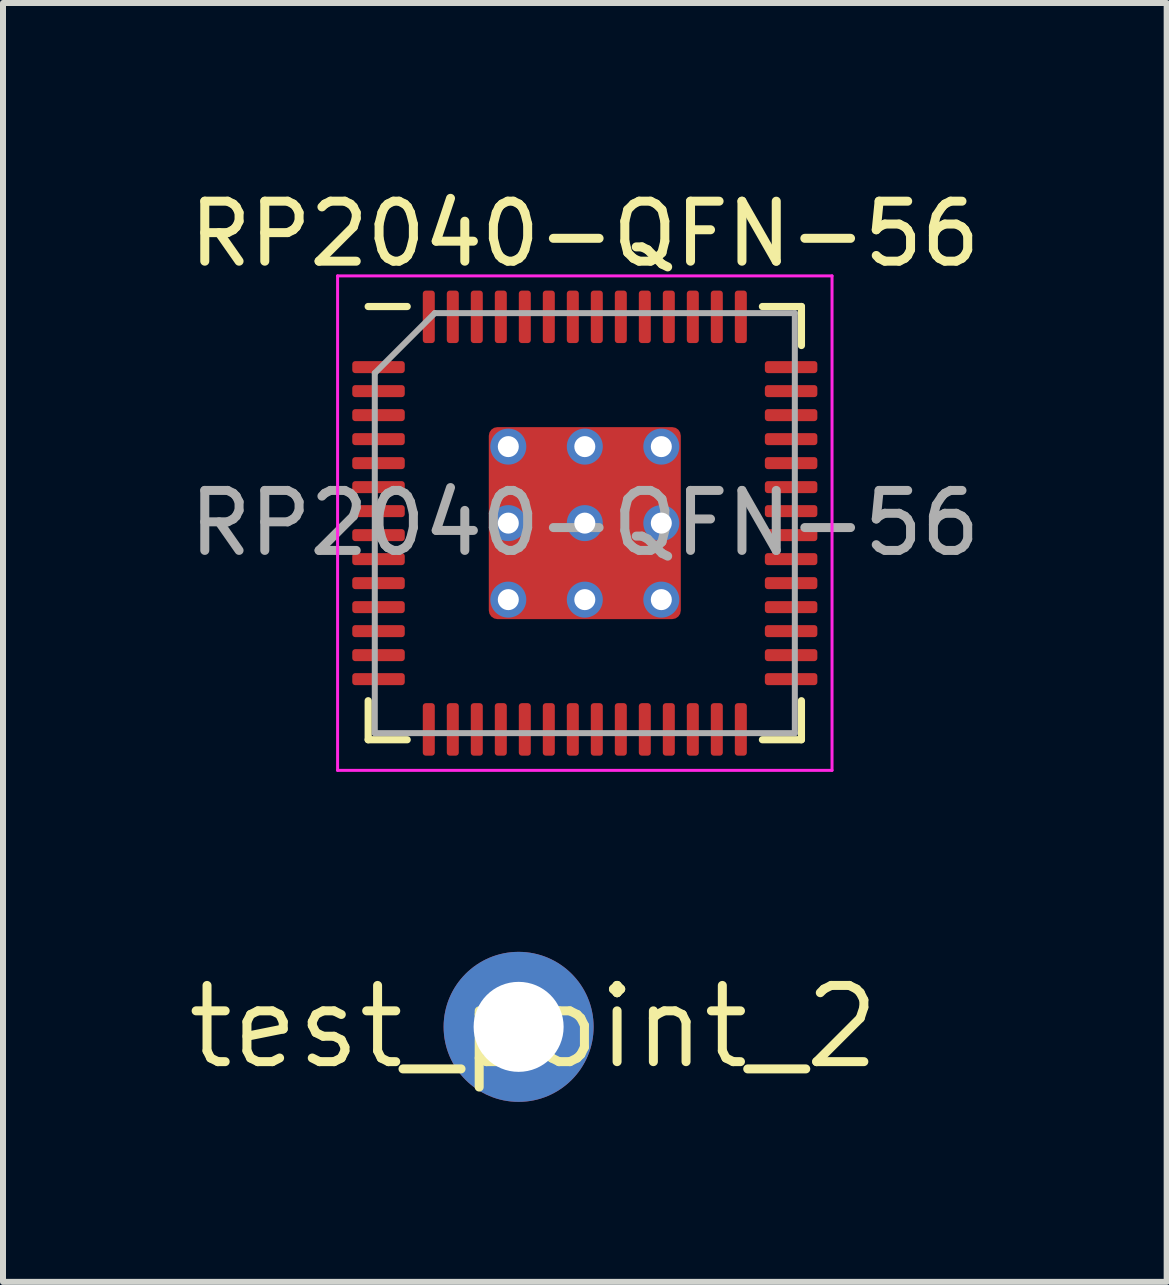
<source format=kicad_pcb>
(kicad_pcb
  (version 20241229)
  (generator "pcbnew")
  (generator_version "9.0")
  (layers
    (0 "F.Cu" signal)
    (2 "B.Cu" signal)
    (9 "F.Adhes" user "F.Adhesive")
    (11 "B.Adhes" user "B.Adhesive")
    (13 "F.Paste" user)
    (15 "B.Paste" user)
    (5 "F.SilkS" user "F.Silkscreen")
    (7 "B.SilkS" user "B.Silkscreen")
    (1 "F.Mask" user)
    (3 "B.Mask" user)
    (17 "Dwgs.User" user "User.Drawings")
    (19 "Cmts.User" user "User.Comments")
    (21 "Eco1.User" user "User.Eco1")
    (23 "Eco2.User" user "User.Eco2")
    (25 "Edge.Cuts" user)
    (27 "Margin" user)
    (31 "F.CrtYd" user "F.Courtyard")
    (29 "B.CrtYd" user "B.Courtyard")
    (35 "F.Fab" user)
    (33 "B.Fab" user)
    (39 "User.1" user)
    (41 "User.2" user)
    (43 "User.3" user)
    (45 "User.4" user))
  (footprint "RP2040-QFN-56"
    (layer "F.Cu")
    (at 6.696 5.668)
    (property "Reference" "RP2040-QFN-56" (at 0 -4.82 0) (layer "F.SilkS") (effects (font (size 1 1) (thickness 0.15))))
    (attr through_hole)
    (fp_line (start -3.61 3.61) (end -3.61 2.96) (stroke (width 0.12) (type solid)) (layer "F.SilkS"))
    (fp_line (start -2.96 -3.61) (end -3.61 -3.61) (stroke (width 0.12) (type solid)) (layer "F.SilkS"))
    (fp_line (start -2.96 3.61) (end -3.61 3.61) (stroke (width 0.12) (type solid)) (layer "F.SilkS"))
    (fp_line (start 2.96 -3.61) (end 3.61 -3.61) (stroke (width 0.12) (type solid)) (layer "F.SilkS"))
    (fp_line (start 2.96 3.61) (end 3.61 3.61) (stroke (width 0.12) (type solid)) (layer "F.SilkS"))
    (fp_line (start 3.61 -3.61) (end 3.61 -2.96) (stroke (width 0.12) (type solid)) (layer "F.SilkS"))
    (fp_line (start 3.61 3.61) (end 3.61 2.96) (stroke (width 0.12) (type solid)) (layer "F.SilkS"))
    (fp_line (start -4.12 -4.12) (end -4.12 4.12) (stroke (width 0.05) (type solid)) (layer "F.CrtYd"))
    (fp_line (start -4.12 4.12) (end 4.12 4.12) (stroke (width 0.05) (type solid)) (layer "F.CrtYd"))
    (fp_line (start 4.12 -4.12) (end -4.12 -4.12) (stroke (width 0.05) (type solid)) (layer "F.CrtYd"))
    (fp_line (start 4.12 4.12) (end 4.12 -4.12) (stroke (width 0.05) (type solid)) (layer "F.CrtYd"))
    (fp_line (start -3.5 -2.5) (end -2.5 -3.5) (stroke (width 0.1) (type solid)) (layer "F.Fab"))
    (fp_line (start -3.5 3.5) (end -3.5 -2.5) (stroke (width 0.1) (type solid)) (layer "F.Fab"))
    (fp_line (start -2.5 -3.5) (end 3.5 -3.5) (stroke (width 0.1) (type solid)) (layer "F.Fab"))
    (fp_line (start 3.5 -3.5) (end 3.5 3.5) (stroke (width 0.1) (type solid)) (layer "F.Fab"))
    (fp_line (start 3.5 3.5) (end -3.5 3.5) (stroke (width 0.1) (type solid)) (layer "F.Fab"))
    (fp_text user "${REFERENCE}" (at 0 0 0) (layer "F.Fab") (effects (font (size 1 1) (thickness 0.15))))
    (pad "" smd roundrect (at -0.637 -0.637) (size 1.084 1.084) (layers "F.Paste") (roundrect_rratio 0.231))
    (pad "" smd roundrect (at -0.637 0.637) (size 1.084 1.084) (layers "F.Paste") (roundrect_rratio 0.231))
    (pad "" smd roundrect (at 0.637 -0.637) (size 1.084 1.084) (layers "F.Paste") (roundrect_rratio 0.231))
    (pad "" smd roundrect (at 0.637 0.637) (size 1.084 1.084) (layers "F.Paste") (roundrect_rratio 0.231))
    (pad "1" smd roundrect (at -3.438 -2.6) (size 0.875 0.2) (layers "F.Cu" "F.Mask" "F.Paste") (roundrect_rratio 0.25))
    (pad "2" smd roundrect (at -3.438 -2.2) (size 0.875 0.2) (layers "F.Cu" "F.Mask" "F.Paste") (roundrect_rratio 0.25))
    (pad "3" smd roundrect (at -3.438 -1.8) (size 0.875 0.2) (layers "F.Cu" "F.Mask" "F.Paste") (roundrect_rratio 0.25))
    (pad "4" smd roundrect (at -3.438 -1.4) (size 0.875 0.2) (layers "F.Cu" "F.Mask" "F.Paste") (roundrect_rratio 0.25))
    (pad "5" smd roundrect (at -3.438 -1) (size 0.875 0.2) (layers "F.Cu" "F.Mask" "F.Paste") (roundrect_rratio 0.25))
    (pad "6" smd roundrect (at -3.438 -0.6) (size 0.875 0.2) (layers "F.Cu" "F.Mask" "F.Paste") (roundrect_rratio 0.25))
    (pad "7" smd roundrect (at -3.438 -0.2) (size 0.875 0.2) (layers "F.Cu" "F.Mask" "F.Paste") (roundrect_rratio 0.25))
    (pad "8" smd roundrect (at -3.438 0.2) (size 0.875 0.2) (layers "F.Cu" "F.Mask" "F.Paste") (roundrect_rratio 0.25))
    (pad "9" smd roundrect (at -3.438 0.6) (size 0.875 0.2) (layers "F.Cu" "F.Mask" "F.Paste") (roundrect_rratio 0.25))
    (pad "10" smd roundrect (at -3.438 1) (size 0.875 0.2) (layers "F.Cu" "F.Mask" "F.Paste") (roundrect_rratio 0.25))
    (pad "11" smd roundrect (at -3.438 1.4) (size 0.875 0.2) (layers "F.Cu" "F.Mask" "F.Paste") (roundrect_rratio 0.25))
    (pad "12" smd roundrect (at -3.438 1.8) (size 0.875 0.2) (layers "F.Cu" "F.Mask" "F.Paste") (roundrect_rratio 0.25))
    (pad "13" smd roundrect (at -3.438 2.2) (size 0.875 0.2) (layers "F.Cu" "F.Mask" "F.Paste") (roundrect_rratio 0.25))
    (pad "14" smd roundrect (at -3.438 2.6) (size 0.875 0.2) (layers "F.Cu" "F.Mask" "F.Paste") (roundrect_rratio 0.25))
    (pad "15" smd roundrect (at -2.6 3.438) (size 0.2 0.875) (layers "F.Cu" "F.Mask" "F.Paste") (roundrect_rratio 0.25))
    (pad "16" smd roundrect (at -2.2 3.438) (size 0.2 0.875) (layers "F.Cu" "F.Mask" "F.Paste") (roundrect_rratio 0.25))
    (pad "17" smd roundrect (at -1.8 3.438) (size 0.2 0.875) (layers "F.Cu" "F.Mask" "F.Paste") (roundrect_rratio 0.25))
    (pad "18" smd roundrect (at -1.4 3.438) (size 0.2 0.875) (layers "F.Cu" "F.Mask" "F.Paste") (roundrect_rratio 0.25))
    (pad "19" smd roundrect (at -1 3.438) (size 0.2 0.875) (layers "F.Cu" "F.Mask" "F.Paste") (roundrect_rratio 0.25))
    (pad "20" smd roundrect (at -0.6 3.438) (size 0.2 0.875) (layers "F.Cu" "F.Mask" "F.Paste") (roundrect_rratio 0.25))
    (pad "21" smd roundrect (at -0.2 3.438) (size 0.2 0.875) (layers "F.Cu" "F.Mask" "F.Paste") (roundrect_rratio 0.25))
    (pad "22" smd roundrect (at 0.2 3.438) (size 0.2 0.875) (layers "F.Cu" "F.Mask" "F.Paste") (roundrect_rratio 0.25))
    (pad "23" smd roundrect (at 0.6 3.438) (size 0.2 0.875) (layers "F.Cu" "F.Mask" "F.Paste") (roundrect_rratio 0.25))
    (pad "24" smd roundrect (at 1 3.438) (size 0.2 0.875) (layers "F.Cu" "F.Mask" "F.Paste") (roundrect_rratio 0.25))
    (pad "25" smd roundrect (at 1.4 3.438) (size 0.2 0.875) (layers "F.Cu" "F.Mask" "F.Paste") (roundrect_rratio 0.25))
    (pad "26" smd roundrect (at 1.8 3.438) (size 0.2 0.875) (layers "F.Cu" "F.Mask" "F.Paste") (roundrect_rratio 0.25))
    (pad "27" smd roundrect (at 2.2 3.438) (size 0.2 0.875) (layers "F.Cu" "F.Mask" "F.Paste") (roundrect_rratio 0.25))
    (pad "28" smd roundrect (at 2.6 3.438) (size 0.2 0.875) (layers "F.Cu" "F.Mask" "F.Paste") (roundrect_rratio 0.25))
    (pad "29" smd roundrect (at 3.438 2.6) (size 0.875 0.2) (layers "F.Cu" "F.Mask" "F.Paste") (roundrect_rratio 0.25))
    (pad "30" smd roundrect (at 3.438 2.2) (size 0.875 0.2) (layers "F.Cu" "F.Mask" "F.Paste") (roundrect_rratio 0.25))
    (pad "31" smd roundrect (at 3.438 1.8) (size 0.875 0.2) (layers "F.Cu" "F.Mask" "F.Paste") (roundrect_rratio 0.25))
    (pad "32" smd roundrect (at 3.438 1.4) (size 0.875 0.2) (layers "F.Cu" "F.Mask" "F.Paste") (roundrect_rratio 0.25))
    (pad "33" smd roundrect (at 3.438 1) (size 0.875 0.2) (layers "F.Cu" "F.Mask" "F.Paste") (roundrect_rratio 0.25))
    (pad "34" smd roundrect (at 3.438 0.6) (size 0.875 0.2) (layers "F.Cu" "F.Mask" "F.Paste") (roundrect_rratio 0.25))
    (pad "35" smd roundrect (at 3.438 0.2) (size 0.875 0.2) (layers "F.Cu" "F.Mask" "F.Paste") (roundrect_rratio 0.25))
    (pad "36" smd roundrect (at 3.438 -0.2) (size 0.875 0.2) (layers "F.Cu" "F.Mask" "F.Paste") (roundrect_rratio 0.25))
    (pad "37" smd roundrect (at 3.438 -0.6) (size 0.875 0.2) (layers "F.Cu" "F.Mask" "F.Paste") (roundrect_rratio 0.25))
    (pad "38" smd roundrect (at 3.438 -1) (size 0.875 0.2) (layers "F.Cu" "F.Mask" "F.Paste") (roundrect_rratio 0.25))
    (pad "39" smd roundrect (at 3.438 -1.4) (size 0.875 0.2) (layers "F.Cu" "F.Mask" "F.Paste") (roundrect_rratio 0.25))
    (pad "40" smd roundrect (at 3.438 -1.8) (size 0.875 0.2) (layers "F.Cu" "F.Mask" "F.Paste") (roundrect_rratio 0.25))
    (pad "41" smd roundrect (at 3.438 -2.2) (size 0.875 0.2) (layers "F.Cu" "F.Mask" "F.Paste") (roundrect_rratio 0.25))
    (pad "42" smd roundrect (at 3.438 -2.6) (size 0.875 0.2) (layers "F.Cu" "F.Mask" "F.Paste") (roundrect_rratio 0.25))
    (pad "43" smd roundrect (at 2.6 -3.438) (size 0.2 0.875) (layers "F.Cu" "F.Mask" "F.Paste") (roundrect_rratio 0.25))
    (pad "44" smd roundrect (at 2.2 -3.438) (size 0.2 0.875) (layers "F.Cu" "F.Mask" "F.Paste") (roundrect_rratio 0.25))
    (pad "45" smd roundrect (at 1.8 -3.438) (size 0.2 0.875) (layers "F.Cu" "F.Mask" "F.Paste") (roundrect_rratio 0.25))
    (pad "46" smd roundrect (at 1.4 -3.438) (size 0.2 0.875) (layers "F.Cu" "F.Mask" "F.Paste") (roundrect_rratio 0.25))
    (pad "47" smd roundrect (at 1 -3.438) (size 0.2 0.875) (layers "F.Cu" "F.Mask" "F.Paste") (roundrect_rratio 0.25))
    (pad "48" smd roundrect (at 0.6 -3.438) (size 0.2 0.875) (layers "F.Cu" "F.Mask" "F.Paste") (roundrect_rratio 0.25))
    (pad "49" smd roundrect (at 0.2 -3.438) (size 0.2 0.875) (layers "F.Cu" "F.Mask" "F.Paste") (roundrect_rratio 0.25))
    (pad "50" smd roundrect (at -0.2 -3.438) (size 0.2 0.875) (layers "F.Cu" "F.Mask" "F.Paste") (roundrect_rratio 0.25))
    (pad "51" smd roundrect (at -0.6 -3.438) (size 0.2 0.875) (layers "F.Cu" "F.Mask" "F.Paste") (roundrect_rratio 0.25))
    (pad "52" smd roundrect (at -1 -3.438) (size 0.2 0.875) (layers "F.Cu" "F.Mask" "F.Paste") (roundrect_rratio 0.25))
    (pad "53" smd roundrect (at -1.4 -3.438) (size 0.2 0.875) (layers "F.Cu" "F.Mask" "F.Paste") (roundrect_rratio 0.25))
    (pad "54" smd roundrect (at -1.8 -3.438) (size 0.2 0.875) (layers "F.Cu" "F.Mask" "F.Paste") (roundrect_rratio 0.25))
    (pad "55" smd roundrect (at -2.2 -3.438) (size 0.2 0.875) (layers "F.Cu" "F.Mask" "F.Paste") (roundrect_rratio 0.25))
    (pad "56" smd roundrect (at -2.6 -3.438) (size 0.2 0.875) (layers "F.Cu" "F.Mask" "F.Paste") (roundrect_rratio 0.25))
    (pad "57" thru_hole circle (at -1.275 -1.275) (size 0.6 0.6) (drill 0.35) (layers "*.Cu"))
    (pad "57" thru_hole circle (at -1.275 0) (size 0.6 0.6) (drill 0.35) (layers "*.Cu"))
    (pad "57" thru_hole circle (at -1.275 1.275) (size 0.6 0.6) (drill 0.35) (layers "*.Cu"))
    (pad "57" thru_hole circle (at 0 -1.275) (size 0.6 0.6) (drill 0.35) (layers "*.Cu"))
    (pad "57" thru_hole circle (at 0 0) (size 0.6 0.6) (drill 0.35) (layers "*.Cu"))
    (pad "57" smd roundrect (at 0 0) (size 3.2 3.2) (layers "F.Cu" "F.Mask") (roundrect_rratio 0.045))
    (pad "57" thru_hole circle (at 0 1.275) (size 0.6 0.6) (drill 0.35) (layers "*.Cu"))
    (pad "57" thru_hole circle (at 1.275 -1.275) (size 0.6 0.6) (drill 0.35) (layers "*.Cu"))
    (pad "57" thru_hole circle (at 1.275 0) (size 0.6 0.6) (drill 0.35) (layers "*.Cu"))
    (pad "57" thru_hole circle (at 1.275 1.275) (size 0.6 0.6) (drill 0.35) (layers "*.Cu")))
  (footprint "test_point_2"
    (layer "F.Cu")
    (at 5.843 14.063)
    (property "Reference" "test_point_2" (at 0 0 0) (layer "F.SilkS") (effects (font (size 1.27 1.27) (thickness 0.15))))
    (pad "1" thru_hole circle (at -0.25 0 270) (size 2.5 2.5) (drill 1.5) (layers "*.Cu" "*.Mask")))
  (gr_rect
    (start -3 -3)
    (end 16.393 18.313)
    (stroke (width 0.1) (type default))
    (fill no)
    (layer "Edge.Cuts")))
</source>
